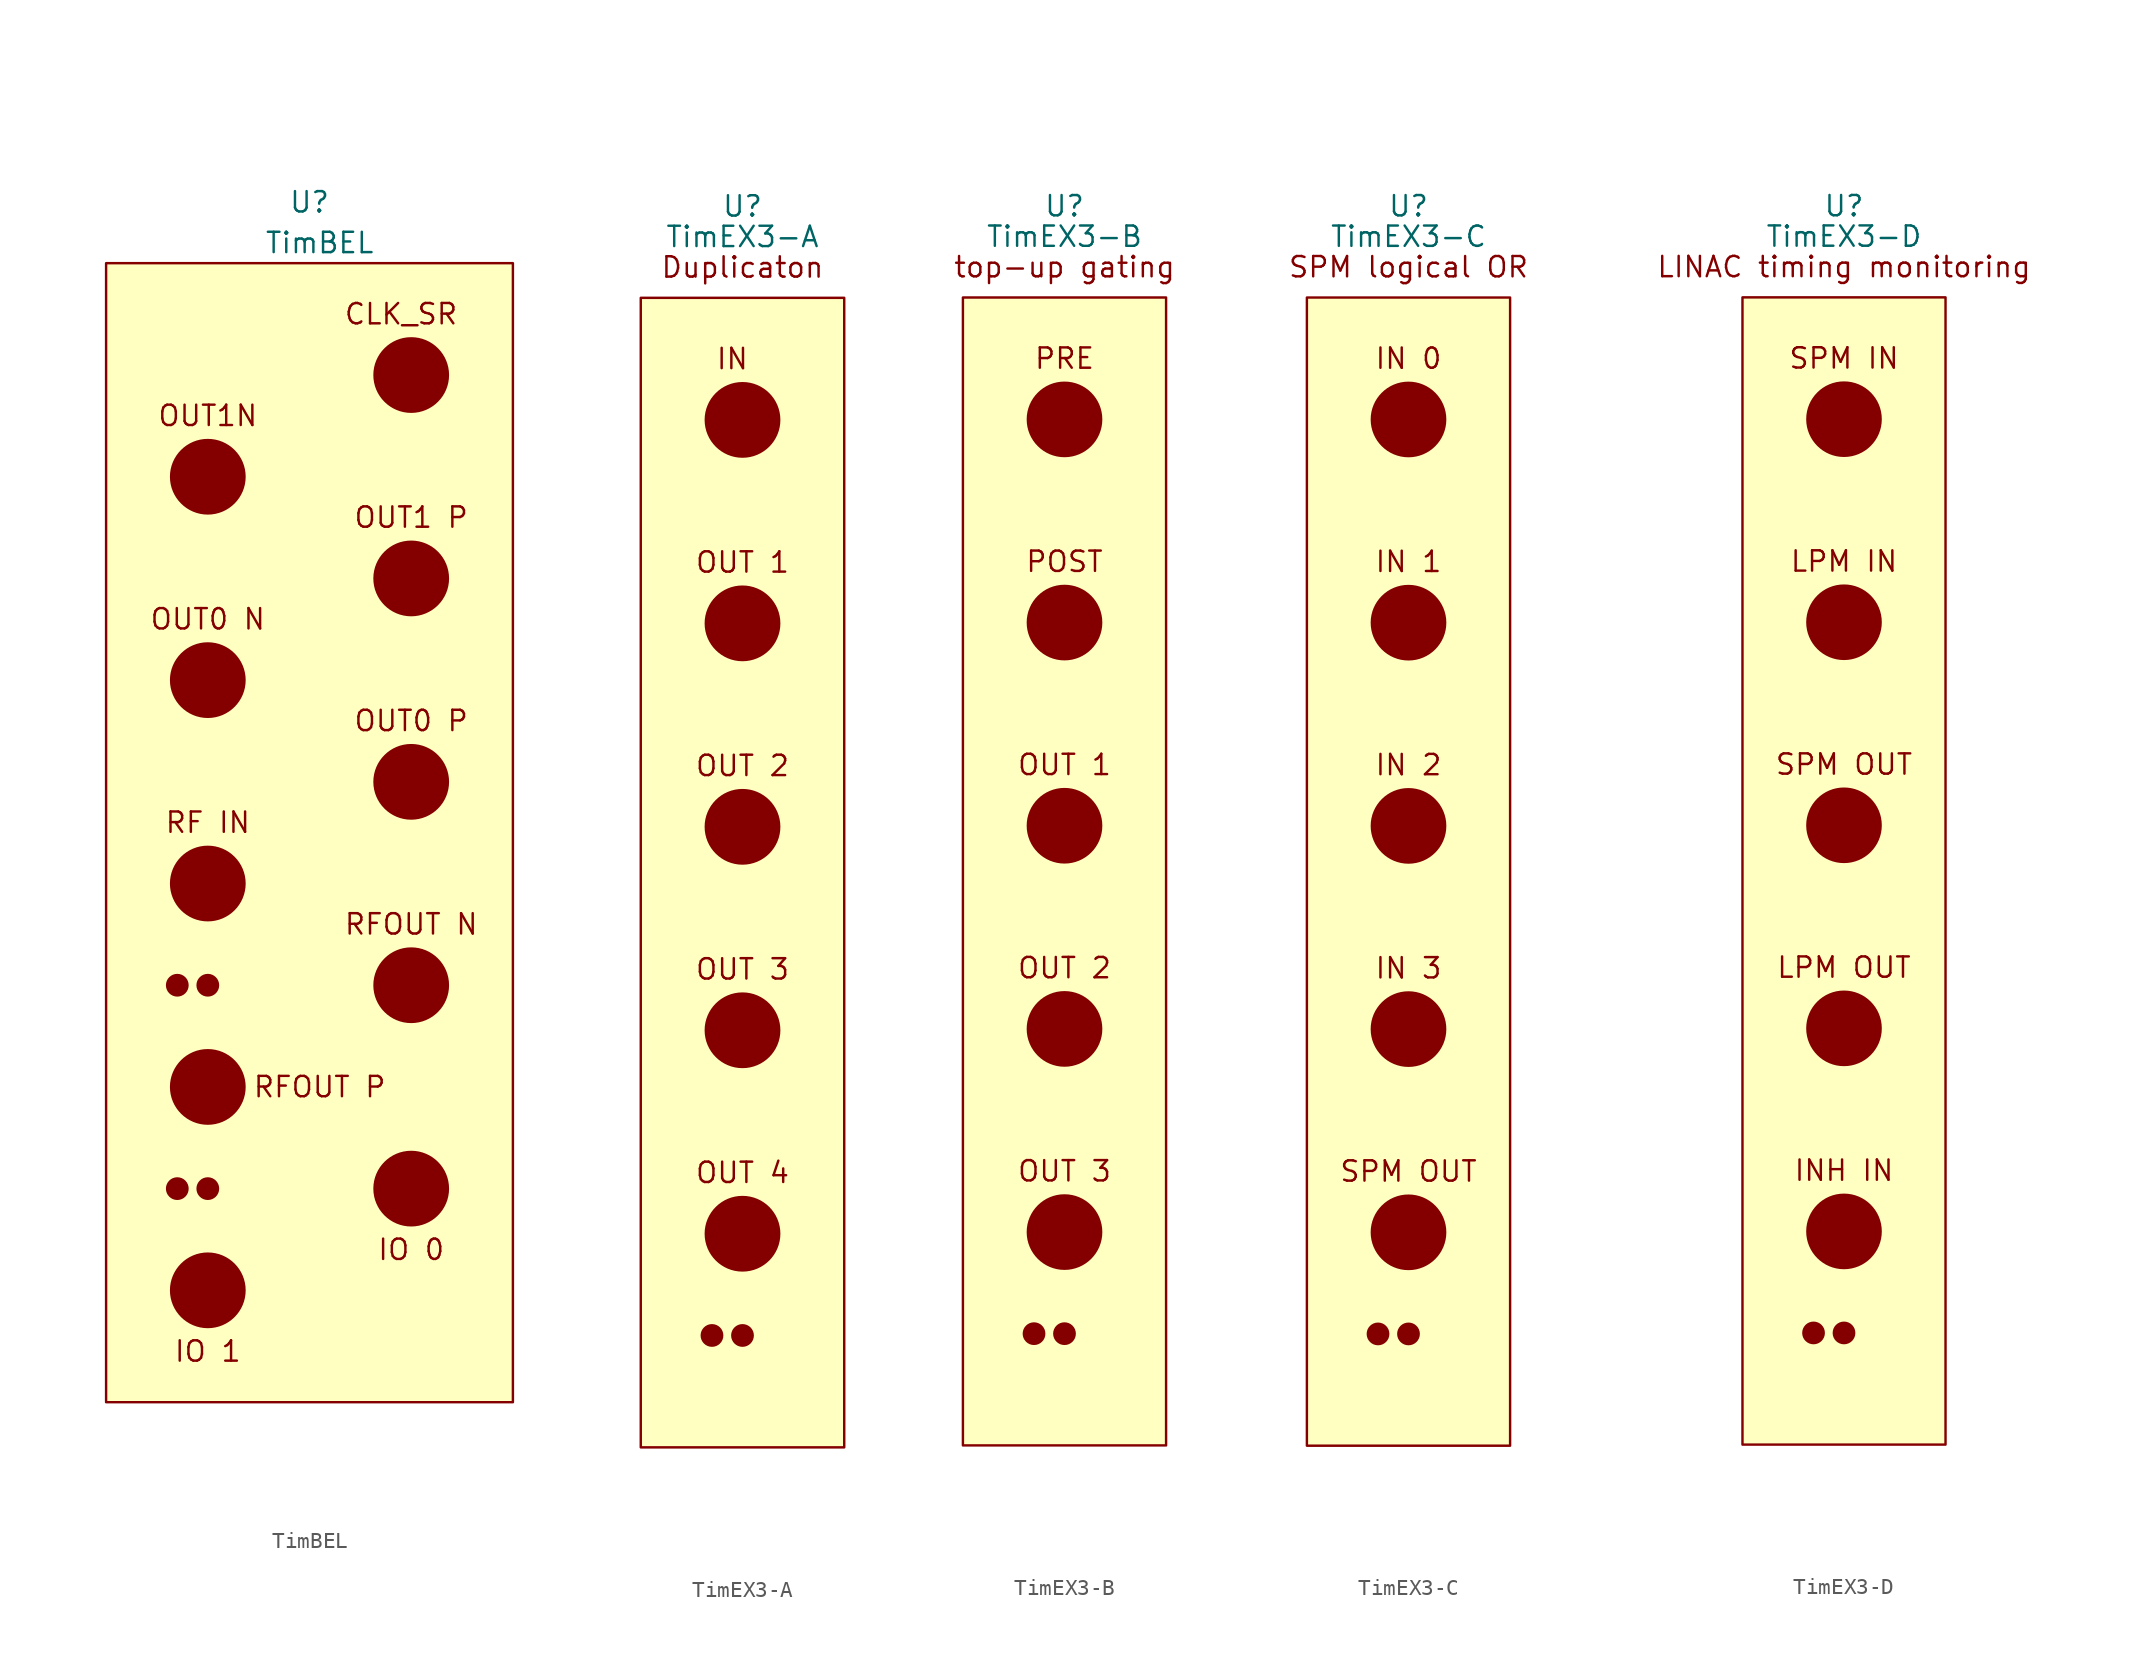
<source format=kicad_sym>
(kicad_symbol_lib
  (version 20211014)
  (generator kicad_symbol_editor)
  (symbol "TimBEL"
    (property "Reference" "U"
      (at -6.35 10.795 0)
      (effects (font (size 1.27 1.27))))
    (property "Value" "TimBEL"
      (at -5.715 8.255 0)
      (effects (font (size 1.27 1.27))))
    (symbol "TimBEL_0_0"
      (rectangle (start -19.05 6.985) (end 6.35 -64.135) (stroke (width 0.152) (type default) (color 0 0 0 0)) (fill (type background)))
      (circle (center -14.605 -50.8) (radius 0.635) (stroke (width 0.152) (type default) (color 0 0 0 0)) (fill (type outline)))
      (circle (center -14.605 -38.1) (radius 0.635) (stroke (width 0.152) (type default) (color 0 0 0 0)) (fill (type outline)))
      (circle (center -12.7 -50.8) (radius 0.635) (stroke (width 0.152) (type default) (color 0 0 0 0)) (fill (type outline)))
      (circle (center -12.7 -38.1) (radius 0.635) (stroke (width 0.152) (type default) (color 0 0 0 0)) (fill (type outline)))
      (text "CLK_SR" (at -0.635 3.81 0) (effects (font (size 1.27 1.27))))
      (text "IO 0" (at 0 -54.61 0) (effects (font (size 1.27 1.27))))
      (text "IO 1" (at -12.7 -60.96 0) (effects (font (size 1.27 1.27))))
      (text "OUT0 N" (at -12.7 -15.24 0) (effects (font (size 1.27 1.27))))
      (text "OUT0 P" (at 0 -21.59 0) (effects (font (size 1.27 1.27))))
      (text "OUT1 P" (at 0 -8.89 0) (effects (font (size 1.27 1.27))))
      (text "OUT1N" (at -12.7 -2.54 0) (effects (font (size 1.27 1.27))))
      (text "RF IN" (at -12.7 -27.94 0) (effects (font (size 1.27 1.27))))
      (text "RFOUT N" (at 0 -34.29 0) (effects (font (size 1.27 1.27))))
      (text "RFOUT P" (at -5.715 -44.45 0) (effects (font (size 1.27 1.27)))))
    (symbol "TimBEL_0_1"
      (circle (center -12.7 -57.15) (radius 2.289) (stroke (width 0.152) (type default) (color 0 0 0 0)) (fill (type outline)))
      (circle (center -12.7 -44.45) (radius 2.289) (stroke (width 0.152) (type default) (color 0 0 0 0)) (fill (type outline)))
      (circle (center -12.7 -31.75) (radius 2.289) (stroke (width 0.152) (type default) (color 0 0 0 0)) (fill (type outline)))
      (circle (center -12.7 -19.05) (radius 2.289) (stroke (width 0.152) (type default) (color 0 0 0 0)) (fill (type outline)))
      (circle (center -12.7 -6.35) (radius 2.289) (stroke (width 0.152) (type default) (color 0 0 0 0)) (fill (type outline)))
      (circle (center 0 -50.8) (radius 2.289) (stroke (width 0.152) (type default) (color 0 0 0 0)) (fill (type outline)))
      (circle (center 0 -38.1) (radius 2.289) (stroke (width 0.152) (type default) (color 0 0 0 0)) (fill (type outline)))
      (circle (center 0 -25.4) (radius 2.289) (stroke (width 0.152) (type default) (color 0 0 0 0)) (fill (type outline)))
      (circle (center 0 -12.7) (radius 2.289) (stroke (width 0.152) (type default) (color 0 0 0 0)) (fill (type outline)))
      (circle (center 0 0) (radius 2.289) (stroke (width 0.152) (type default) (color 0 0 0 0)) (fill (type outline))))
    (symbol "TimBEL_1_1"
      (pin input clock (at 0 0 0) (length 2.54) hide (name "CLK_SR" (effects (font (size 1.27 1.27)))) (number "1" (effects (font (size 1.27 1.27)))))
      (pin output line (at -12.7 -57.15 180) (length 2.54) hide (name "IO1" (effects (font (size 1.27 1.27)))) (number "10" (effects (font (size 1.27 1.27)))))
      (pin output line (at -12.7 -6.35 180) (length 2.54) hide (name "OUT1N" (effects (font (size 1.27 1.27)))) (number "2" (effects (font (size 1.27 1.27)))))
      (pin output line (at 0 -12.7 180) (length 2.54) hide (name "OUT1P" (effects (font (size 1.27 1.27)))) (number "3" (effects (font (size 1.27 1.27)))))
      (pin output line (at -12.7 -19.05 180) (length 2.54) hide (name "OUT0N" (effects (font (size 1.27 1.27)))) (number "4" (effects (font (size 1.27 1.27)))))
      (pin output line (at 0 -25.4 180) (length 2.54) hide (name "OUT0P" (effects (font (size 1.27 1.27)))) (number "5" (effects (font (size 1.27 1.27)))))
      (pin input clock (at -12.7 -31.75 0) (length 2.54) hide (name "CLK_RF" (effects (font (size 1.27 1.27)))) (number "6" (effects (font (size 1.27 1.27)))))
      (pin output clock (at 0 -38.1 180) (length 2.54) hide (name "RFOUTN" (effects (font (size 1.27 1.27)))) (number "7" (effects (font (size 1.27 1.27)))))
      (pin output clock (at -12.7 -44.45 180) (length 2.54) hide (name "RFOUTP" (effects (font (size 1.27 1.27)))) (number "8" (effects (font (size 1.27 1.27)))))
      (pin output line (at 0 -50.8 180) (length 2.54) hide (name "IO0" (effects (font (size 1.27 1.27)))) (number "9" (effects (font (size 1.27 1.27)))))))
  (symbol "TimEX3-A"
    (property "Reference" "U"
      (at 0 13.335 0)
      (effects (font (size 1.27 1.27))))
    (property "Value" "TimEX3-A"
      (at 0 11.43 0)
      (effects (font (size 1.27 1.27))))
    (symbol "TimEX3-A_0_0"
      (rectangle (start -6.35 7.62) (end 6.35 -64.135) (stroke (width 0.152) (type default) (color 0 0 0 0)) (fill (type background)))
      (circle (center -1.905 -57.15) (radius 0.635) (stroke (width 0.152) (type default) (color 0 0 0 0)) (fill (type outline)))
      (circle (center 0 -57.15) (radius 0.635) (stroke (width 0.152) (type default) (color 0 0 0 0)) (fill (type outline)))
      (text "Duplicaton" (at 0 9.525 0) (effects (font (size 1.27 1.27))))
      (text "IN" (at -0.635 3.81 0) (effects (font (size 1.27 1.27))))
      (text "OUT 1" (at 0 -8.89 0) (effects (font (size 1.27 1.27))))
      (text "OUT 2" (at 0 -21.59 0) (effects (font (size 1.27 1.27))))
      (text "OUT 3" (at 0 -34.29 0) (effects (font (size 1.27 1.27))))
      (text "OUT 4" (at 0 -46.99 0) (effects (font (size 1.27 1.27)))))
    (symbol "TimEX3-A_0_1"
      (circle (center 0 -50.8) (radius 2.289) (stroke (width 0.152) (type default) (color 0 0 0 0)) (fill (type outline)))
      (circle (center 0 -38.1) (radius 2.289) (stroke (width 0.152) (type default) (color 0 0 0 0)) (fill (type outline)))
      (circle (center 0 -25.4) (radius 2.289) (stroke (width 0.152) (type default) (color 0 0 0 0)) (fill (type outline)))
      (circle (center 0 -12.7) (radius 2.289) (stroke (width 0.152) (type default) (color 0 0 0 0)) (fill (type outline)))
      (circle (center 0 0) (radius 2.289) (stroke (width 0.152) (type default) (color 0 0 0 0)) (fill (type outline))))
    (symbol "TimEX3-A_1_1"
      (pin input line (at 0 0 180) (length 2.54) hide (name "IN" (effects (font (size 1.27 1.27)))) (number "1" (effects (font (size 1.27 1.27)))))
      (pin output line (at 0 -12.7 180) (length 2.54) hide (name "OUT1" (effects (font (size 1.27 1.27)))) (number "2" (effects (font (size 1.27 1.27)))))
      (pin output line (at 0 -25.4 180) (length 2.54) hide (name "OUT2" (effects (font (size 1.27 1.27)))) (number "3" (effects (font (size 1.27 1.27)))))
      (pin output line (at 0 -38.1 180) (length 2.54) hide (name "OUT3" (effects (font (size 1.27 1.27)))) (number "4" (effects (font (size 1.27 1.27)))))
      (pin output line (at 0 -50.8 180) (length 2.54) hide (name "OUT4" (effects (font (size 1.27 1.27)))) (number "5" (effects (font (size 1.27 1.27)))))))
  (symbol "TimEX3-B"
    (property "Reference" "U"
      (at 0 13.335 0)
      (effects (font (size 1.27 1.27))))
    (property "Value" "TimEX3-B"
      (at 0 11.43 0)
      (effects (font (size 1.27 1.27))))
    (symbol "TimEX3-B_0_0"
      (rectangle (start -6.35 7.62) (end 6.35 -64.135) (stroke (width 0.152) (type default) (color 0 0 0 0)) (fill (type background)))
      (circle (center -1.905 -57.15) (radius 0.635) (stroke (width 0.152) (type default) (color 0 0 0 0)) (fill (type outline)))
      (circle (center 0 -57.15) (radius 0.635) (stroke (width 0.152) (type default) (color 0 0 0 0)) (fill (type outline)))
      (text "OUT 1" (at 0 -21.59 0) (effects (font (size 1.27 1.27))))
      (text "OUT 2" (at 0 -34.29 0) (effects (font (size 1.27 1.27))))
      (text "OUT 3" (at 0 -46.99 0) (effects (font (size 1.27 1.27))))
      (text "POST" (at 0 -8.89 0) (effects (font (size 1.27 1.27))))
      (text "PRE" (at 0 3.81 0) (effects (font (size 1.27 1.27))))
      (text "top-up gating" (at 0 9.525 0) (effects (font (size 1.27 1.27)))))
    (symbol "TimEX3-B_0_1"
      (circle (center 0 -50.8) (radius 2.289) (stroke (width 0.152) (type default) (color 0 0 0 0)) (fill (type outline)))
      (circle (center 0 -38.1) (radius 2.289) (stroke (width 0.152) (type default) (color 0 0 0 0)) (fill (type outline)))
      (circle (center 0 -25.4) (radius 2.289) (stroke (width 0.152) (type default) (color 0 0 0 0)) (fill (type outline)))
      (circle (center 0 -12.7) (radius 2.289) (stroke (width 0.152) (type default) (color 0 0 0 0)) (fill (type outline)))
      (circle (center 0 0) (radius 2.289) (stroke (width 0.152) (type default) (color 0 0 0 0)) (fill (type outline))))
    (symbol "TimEX3-B_1_1"
      (pin input line (at 0 0 180) (length 2.54) hide (name "PRE" (effects (font (size 1.27 1.27)))) (number "1" (effects (font (size 1.27 1.27)))))
      (pin input line (at 0 -12.7 180) (length 2.54) hide (name "POST" (effects (font (size 1.27 1.27)))) (number "2" (effects (font (size 1.27 1.27)))))
      (pin output line (at 0 -25.4 180) (length 2.54) hide (name "OUT1" (effects (font (size 1.27 1.27)))) (number "3" (effects (font (size 1.27 1.27)))))
      (pin output line (at 0 -38.1 180) (length 2.54) hide (name "OUT2" (effects (font (size 1.27 1.27)))) (number "4" (effects (font (size 1.27 1.27)))))
      (pin output line (at 0 -50.8 180) (length 2.54) hide (name "OUT3" (effects (font (size 1.27 1.27)))) (number "5" (effects (font (size 1.27 1.27)))))))
  (symbol "TimEX3-C"
    (property "Reference" "U"
      (at 0 13.335 0)
      (effects (font (size 1.27 1.27))))
    (property "Value" "TimEX3-C"
      (at 0 11.43 0)
      (effects (font (size 1.27 1.27))))
    (symbol "TimEX3-C_0_0"
      (rectangle (start -6.35 7.62) (end 6.35 -64.135) (stroke (width 0.152) (type default) (color 0 0 0 0)) (fill (type background)))
      (circle (center -1.905 -57.15) (radius 0.635) (stroke (width 0.152) (type default) (color 0 0 0 0)) (fill (type outline)))
      (circle (center 0 -57.15) (radius 0.635) (stroke (width 0.152) (type default) (color 0 0 0 0)) (fill (type outline)))
      (text "IN 0" (at 0 3.81 0) (effects (font (size 1.27 1.27))))
      (text "IN 1" (at 0 -8.89 0) (effects (font (size 1.27 1.27))))
      (text "IN 2" (at 0 -21.59 0) (effects (font (size 1.27 1.27))))
      (text "IN 3" (at 0 -34.29 0) (effects (font (size 1.27 1.27))))
      (text "SPM logical OR" (at 0 9.525 0) (effects (font (size 1.27 1.27))))
      (text "SPM OUT" (at 0 -46.99 0) (effects (font (size 1.27 1.27)))))
    (symbol "TimEX3-C_0_1"
      (circle (center 0 -50.8) (radius 2.289) (stroke (width 0.152) (type default) (color 0 0 0 0)) (fill (type outline)))
      (circle (center 0 -38.1) (radius 2.289) (stroke (width 0.152) (type default) (color 0 0 0 0)) (fill (type outline)))
      (circle (center 0 -25.4) (radius 2.289) (stroke (width 0.152) (type default) (color 0 0 0 0)) (fill (type outline)))
      (circle (center 0 -12.7) (radius 2.289) (stroke (width 0.152) (type default) (color 0 0 0 0)) (fill (type outline)))
      (circle (center 0 0) (radius 2.289) (stroke (width 0.152) (type default) (color 0 0 0 0)) (fill (type outline))))
    (symbol "TimEX3-C_1_1"
      (pin input line (at 0 0 180) (length 2.54) hide (name "IN0" (effects (font (size 1.27 1.27)))) (number "1" (effects (font (size 1.27 1.27)))))
      (pin input line (at 0 -12.7 180) (length 2.54) hide (name "IN1" (effects (font (size 1.27 1.27)))) (number "2" (effects (font (size 1.27 1.27)))))
      (pin input line (at 0 -25.4 180) (length 2.54) hide (name "IN2" (effects (font (size 1.27 1.27)))) (number "3" (effects (font (size 1.27 1.27)))))
      (pin input line (at 0 -38.1 180) (length 2.54) hide (name "IN3" (effects (font (size 1.27 1.27)))) (number "4" (effects (font (size 1.27 1.27)))))
      (pin output line (at 0 -50.8 180) (length 2.54) hide (name "SPMOUT" (effects (font (size 1.27 1.27)))) (number "5" (effects (font (size 1.27 1.27)))))))
  (symbol "TimEX3-D"
    (property "Reference" "U"
      (at 0 13.335 0)
      (effects (font (size 1.27 1.27))))
    (property "Value" "TimEX3-D"
      (at 0 11.43 0)
      (effects (font (size 1.27 1.27))))
    (symbol "TimEX3-D_0_0"
      (rectangle (start -6.35 7.62) (end 6.35 -64.135) (stroke (width 0.152) (type default) (color 0 0 0 0)) (fill (type background)))
      (circle (center -1.905 -57.15) (radius 0.635) (stroke (width 0.152) (type default) (color 0 0 0 0)) (fill (type outline)))
      (circle (center 0 -57.15) (radius 0.635) (stroke (width 0.152) (type default) (color 0 0 0 0)) (fill (type outline)))
      (text "INH IN" (at 0 -46.99 0) (effects (font (size 1.27 1.27))))
      (text "LINAC timing monitoring" (at 0 9.525 0) (effects (font (size 1.27 1.27))))
      (text "LPM IN" (at 0 -8.89 0) (effects (font (size 1.27 1.27))))
      (text "LPM OUT" (at 0 -34.29 0) (effects (font (size 1.27 1.27))))
      (text "SPM IN" (at 0 3.81 0) (effects (font (size 1.27 1.27))))
      (text "SPM OUT" (at 0 -21.59 0) (effects (font (size 1.27 1.27)))))
    (symbol "TimEX3-D_0_1"
      (circle (center 0 -50.8) (radius 2.289) (stroke (width 0.152) (type default) (color 0 0 0 0)) (fill (type outline)))
      (circle (center 0 -38.1) (radius 2.289) (stroke (width 0.152) (type default) (color 0 0 0 0)) (fill (type outline)))
      (circle (center 0 -25.4) (radius 2.289) (stroke (width 0.152) (type default) (color 0 0 0 0)) (fill (type outline)))
      (circle (center 0 -12.7) (radius 2.289) (stroke (width 0.152) (type default) (color 0 0 0 0)) (fill (type outline)))
      (circle (center 0 0) (radius 2.289) (stroke (width 0.152) (type default) (color 0 0 0 0)) (fill (type outline))))
    (symbol "TimEX3-D_1_1"
      (pin input line (at 0 0 180) (length 2.54) hide (name "PRE" (effects (font (size 1.27 1.27)))) (number "1" (effects (font (size 1.27 1.27)))))
      (pin input line (at 0 -12.7 180) (length 2.54) hide (name "POST" (effects (font (size 1.27 1.27)))) (number "2" (effects (font (size 1.27 1.27)))))
      (pin output line (at 0 -25.4 180) (length 2.54) hide (name "OUT1" (effects (font (size 1.27 1.27)))) (number "3" (effects (font (size 1.27 1.27)))))
      (pin output line (at 0 -38.1 180) (length 2.54) hide (name "OUT2" (effects (font (size 1.27 1.27)))) (number "4" (effects (font (size 1.27 1.27)))))
      (pin input line (at 0 -50.8 180) (length 2.54) hide (name "INHIN" (effects (font (size 1.27 1.27)))) (number "5" (effects (font (size 1.27 1.27))))))))
</source>
